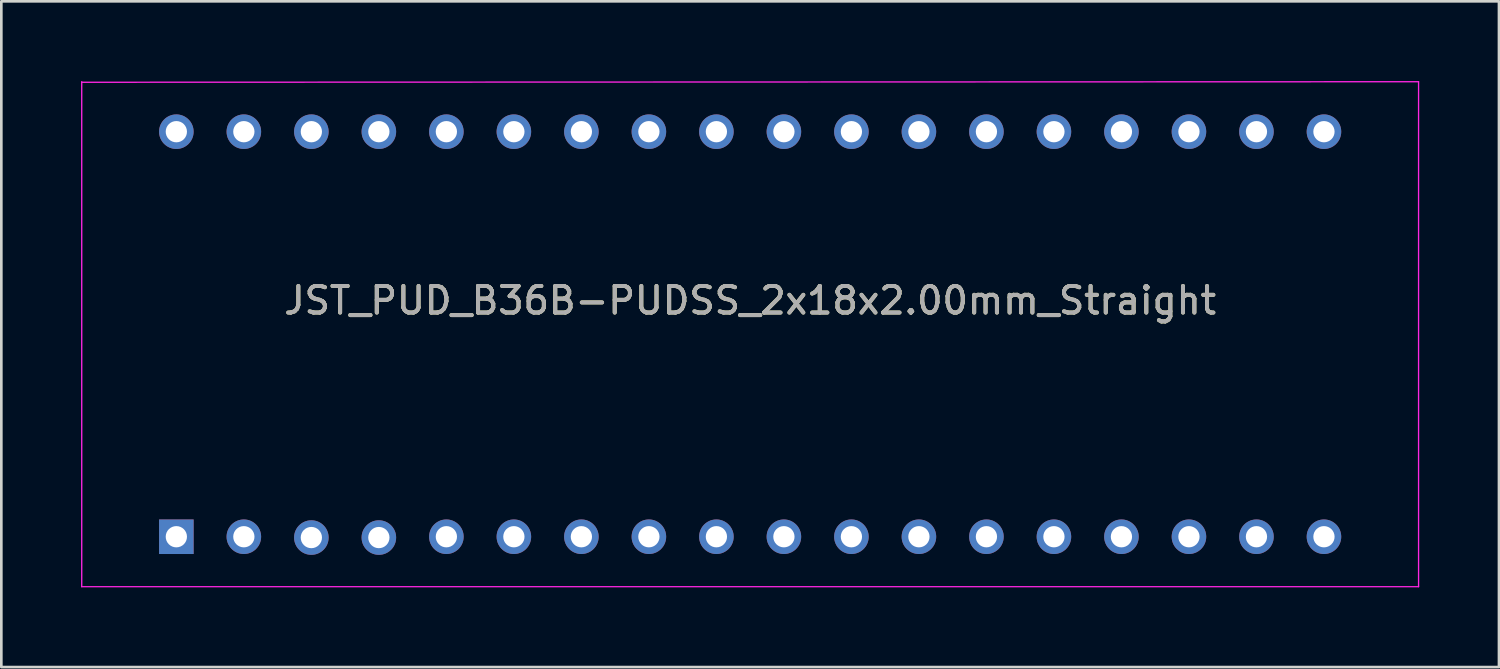
<source format=kicad_pcb>
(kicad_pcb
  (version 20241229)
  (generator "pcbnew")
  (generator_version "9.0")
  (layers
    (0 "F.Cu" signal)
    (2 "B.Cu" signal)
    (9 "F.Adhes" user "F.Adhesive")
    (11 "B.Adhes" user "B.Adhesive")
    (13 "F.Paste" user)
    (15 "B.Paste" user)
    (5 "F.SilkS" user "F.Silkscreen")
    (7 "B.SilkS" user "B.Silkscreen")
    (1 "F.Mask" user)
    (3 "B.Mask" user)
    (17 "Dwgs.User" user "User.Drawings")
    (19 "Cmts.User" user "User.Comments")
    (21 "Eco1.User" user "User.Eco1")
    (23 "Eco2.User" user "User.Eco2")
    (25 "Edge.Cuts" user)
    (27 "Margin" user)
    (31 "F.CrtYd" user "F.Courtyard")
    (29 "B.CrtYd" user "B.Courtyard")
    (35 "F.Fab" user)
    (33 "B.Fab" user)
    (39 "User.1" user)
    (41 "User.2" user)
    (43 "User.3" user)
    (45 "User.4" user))
  (footprint "JST_PUD_B36B-PUDSS_2x18x2.00mm_Straight"
    (layer "F.Cu")
    (at 3.585 17.145)
    (property "Reference" "JST_PUD_B36B-PUDSS_2x18x2.00mm_Straight" (at 21.59 -8.89 0) (layer "F.SilkS") (effects (font (size 1 1) (thickness 0.15))))
    (attr through_hole)
    (fp_line (start -3.56 -17.1) (end 46.74 -17.12) (stroke (width 0.05) (type solid)) (layer "F.CrtYd"))
    (fp_line (start -3.56 1.88) (end -3.56 -17.12) (stroke (width 0.05) (type solid)) (layer "F.CrtYd"))
    (fp_line (start -3.56 1.88) (end 46.74 1.88) (stroke (width 0.05) (type solid)) (layer "F.CrtYd"))
    (fp_line (start 46.74 -17.12) (end 46.74 1.88) (stroke (width 0.05) (type solid)) (layer "F.CrtYd"))
    (fp_text user "${REFERENCE}" (at 21.59 -8.89 0) (layer "F.Fab") (effects (font (size 1 1) (thickness 0.15))))
    (pad "1" thru_hole rect (at 0 0 90) (size 1.3 1.3) (drill 0.8) (layers "*.Cu" "*.Mask"))
    (pad "2" thru_hole circle (at 2.54 0 90) (size 1.3 1.3) (drill 0.8) (layers "*.Cu" "*.Mask"))
    (pad "3" thru_hole circle (at 5.08 0.031 180) (size 1.3 1.3) (drill 0.8) (layers "*.Cu" "*.Mask"))
    (pad "4" thru_hole circle (at 7.62 0.031 90) (size 1.3 1.3) (drill 0.8) (layers "*.Cu" "*.Mask"))
    (pad "5" thru_hole circle (at 10.16 0) (size 1.3 1.3) (drill 0.8) (layers "*.Cu" "*.Mask"))
    (pad "6" thru_hole circle (at 12.7 0) (size 1.3 1.3) (drill 0.8) (layers "*.Cu" "*.Mask"))
    (pad "7" thru_hole circle (at 15.24 0) (size 1.3 1.3) (drill 0.8) (layers "*.Cu" "*.Mask"))
    (pad "8" thru_hole circle (at 17.78 0) (size 1.3 1.3) (drill 0.8) (layers "*.Cu" "*.Mask"))
    (pad "9" thru_hole circle (at 20.32 0) (size 1.3 1.3) (drill 0.8) (layers "*.Cu" "*.Mask"))
    (pad "10" thru_hole circle (at 22.86 0) (size 1.3 1.3) (drill 0.8) (layers "*.Cu" "*.Mask"))
    (pad "11" thru_hole circle (at 25.4 0) (size 1.3 1.3) (drill 0.8) (layers "*.Cu" "*.Mask"))
    (pad "12" thru_hole circle (at 27.94 0) (size 1.3 1.3) (drill 0.8) (layers "*.Cu" "*.Mask"))
    (pad "13" thru_hole circle (at 30.48 0) (size 1.3 1.3) (drill 0.8) (layers "*.Cu" "*.Mask"))
    (pad "14" thru_hole circle (at 33.02 0) (size 1.3 1.3) (drill 0.8) (layers "*.Cu" "*.Mask"))
    (pad "15" thru_hole circle (at 35.56 0) (size 1.3 1.3) (drill 0.8) (layers "*.Cu" "*.Mask"))
    (pad "16" thru_hole circle (at 38.1 0) (size 1.3 1.3) (drill 0.8) (layers "*.Cu" "*.Mask"))
    (pad "17" thru_hole circle (at 40.64 0) (size 1.3 1.3) (drill 0.8) (layers "*.Cu" "*.Mask"))
    (pad "18" thru_hole circle (at 43.18 0) (size 1.3 1.3) (drill 0.8) (layers "*.Cu" "*.Mask"))
    (pad "19" thru_hole circle (at 43.18 -15.24) (size 1.3 1.3) (drill 0.8) (layers "*.Cu" "*.Mask"))
    (pad "20" thru_hole circle (at 40.64 -15.24) (size 1.3 1.3) (drill 0.8) (layers "*.Cu" "*.Mask"))
    (pad "21" thru_hole circle (at 38.1 -15.24) (size 1.3 1.3) (drill 0.8) (layers "*.Cu" "*.Mask"))
    (pad "22" thru_hole circle (at 35.56 -15.24) (size 1.3 1.3) (drill 0.8) (layers "*.Cu" "*.Mask"))
    (pad "23" thru_hole circle (at 33.02 -15.24) (size 1.3 1.3) (drill 0.8) (layers "*.Cu" "*.Mask"))
    (pad "24" thru_hole circle (at 30.48 -15.24) (size 1.3 1.3) (drill 0.8) (layers "*.Cu" "*.Mask"))
    (pad "25" thru_hole circle (at 27.94 -15.24) (size 1.3 1.3) (drill 0.8) (layers "*.Cu" "*.Mask"))
    (pad "26" thru_hole circle (at 25.4 -15.24) (size 1.3 1.3) (drill 0.8) (layers "*.Cu" "*.Mask"))
    (pad "27" thru_hole circle (at 22.86 -15.24) (size 1.3 1.3) (drill 0.8) (layers "*.Cu" "*.Mask"))
    (pad "28" thru_hole circle (at 20.32 -15.24) (size 1.3 1.3) (drill 0.8) (layers "*.Cu" "*.Mask"))
    (pad "29" thru_hole circle (at 17.78 -15.24) (size 1.3 1.3) (drill 0.8) (layers "*.Cu" "*.Mask"))
    (pad "30" thru_hole circle (at 15.24 -15.24) (size 1.3 1.3) (drill 0.8) (layers "*.Cu" "*.Mask"))
    (pad "31" thru_hole circle (at 12.7 -15.24) (size 1.3 1.3) (drill 0.8) (layers "*.Cu" "*.Mask"))
    (pad "32" thru_hole circle (at 10.16 -15.24) (size 1.3 1.3) (drill 0.8) (layers "*.Cu" "*.Mask"))
    (pad "33" thru_hole circle (at 7.62 -15.24) (size 1.3 1.3) (drill 0.8) (layers "*.Cu" "*.Mask"))
    (pad "34" thru_hole circle (at 5.08 -15.24) (size 1.3 1.3) (drill 0.8) (layers "*.Cu" "*.Mask"))
    (pad "35" thru_hole circle (at 2.54 -15.24) (size 1.3 1.3) (drill 0.8) (layers "*.Cu" "*.Mask"))
    (pad "36" thru_hole circle (at 0 -15.24) (size 1.3 1.3) (drill 0.8) (layers "*.Cu" "*.Mask")))
  (gr_rect
    (start -3 -3)
    (end 53.35 22.05)
    (stroke (width 0.1) (type default))
    (fill no)
    (layer "Edge.Cuts")))
</source>
